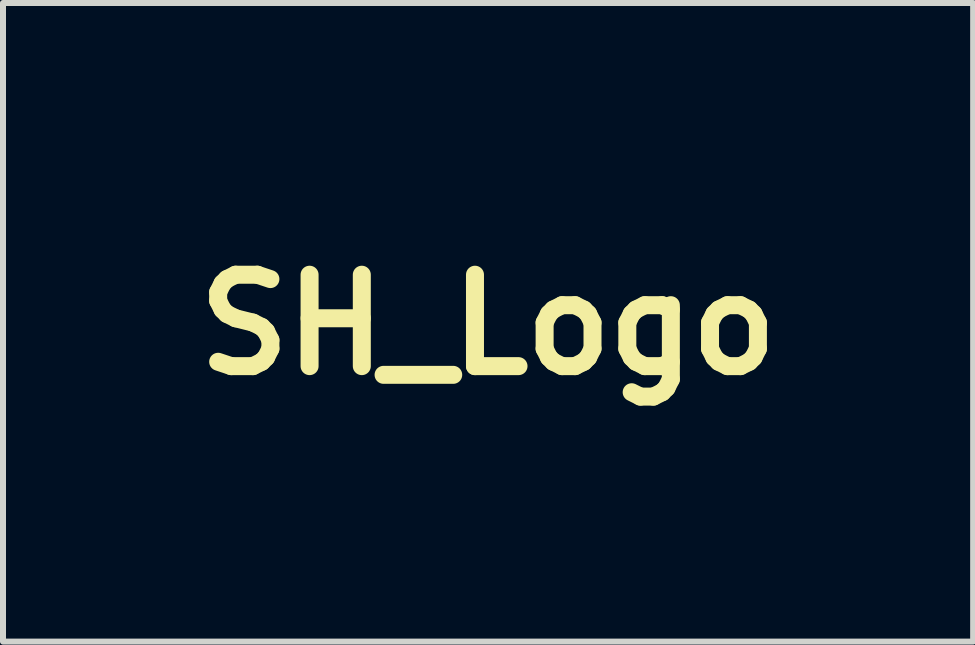
<source format=kicad_pcb>
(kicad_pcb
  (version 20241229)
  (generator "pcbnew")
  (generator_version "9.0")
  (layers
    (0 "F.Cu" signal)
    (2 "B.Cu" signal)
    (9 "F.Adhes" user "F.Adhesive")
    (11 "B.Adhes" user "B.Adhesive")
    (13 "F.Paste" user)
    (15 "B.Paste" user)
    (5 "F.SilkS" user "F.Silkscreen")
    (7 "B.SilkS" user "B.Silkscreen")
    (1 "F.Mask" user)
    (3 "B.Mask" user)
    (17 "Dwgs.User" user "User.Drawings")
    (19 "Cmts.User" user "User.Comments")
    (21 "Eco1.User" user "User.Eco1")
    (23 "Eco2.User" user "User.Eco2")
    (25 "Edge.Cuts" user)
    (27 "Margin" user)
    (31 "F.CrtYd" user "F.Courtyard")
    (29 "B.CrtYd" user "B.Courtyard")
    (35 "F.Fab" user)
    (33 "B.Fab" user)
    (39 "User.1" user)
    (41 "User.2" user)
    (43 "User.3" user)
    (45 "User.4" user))
  (footprint "SH_Logo"
    (layer "F.Cu")
    (at 5.087 2.365)
    (property "Reference" "SH_Logo" (at 0 0 0) (layer "F.SilkS") (effects (font (size 1.524 1.524) (thickness 0.3))))
    (attr through_hole)
    (fp_poly (pts (xy -0.734 -2.294) (xy -0.682 -2.265) (xy -0.641 -2.242) (xy -0.609 -2.222) (xy -0.584 -2.204) (xy -0.563 -2.187) (xy -0.544 -2.169) (xy -0.533 -2.158) (xy -0.518 -2.14) (xy -0.501 -2.117) (xy -0.486 -2.094) (xy -0.475 -2.074) (xy -0.47 -2.061) (xy -0.471 -2.059) (xy -0.479 -2.06) (xy -0.499 -2.064) (xy -0.527 -2.071) (xy -0.548 -2.076) (xy -0.642 -2.097) (xy -0.746 -2.114) (xy -0.857 -2.129) (xy -0.934 -2.136) (xy -0.994 -2.139) (xy -1.066 -2.141) (xy -1.147 -2.142) (xy -1.233 -2.141) (xy -1.319 -2.139) (xy -1.404 -2.135) (xy -1.482 -2.131) (xy -1.551 -2.125) (xy -1.564 -2.123) (xy -1.814 -2.09) (xy -2.073 -2.044) (xy -2.341 -1.984) (xy -2.616 -1.911) (xy -2.899 -1.826) (xy -2.95 -1.809) (xy -3.018 -1.786) (xy -3.087 -1.763) (xy -3.158 -1.738) (xy -3.227 -1.714) (xy -3.293 -1.69) (xy -3.355 -1.667) (xy -3.411 -1.646) (xy -3.46 -1.627) (xy -3.5 -1.612) (xy -3.528 -1.599) (xy -3.545 -1.591) (xy -3.548 -1.588) (xy -3.545 -1.586) (xy -3.536 -1.582) (xy -3.52 -1.576) (xy -3.497 -1.567) (xy -3.465 -1.556) (xy -3.425 -1.543) (xy -3.374 -1.526) (xy -3.313 -1.506) (xy -3.241 -1.483) (xy -3.156 -1.456) (xy -3.059 -1.424) (xy -2.948 -1.389) (xy -2.824 -1.349) (xy -2.786 -1.337) (xy -2.631 -1.288) (xy -2.489 -1.242) (xy -2.36 -1.2) (xy -2.243 -1.161) (xy -2.135 -1.125) (xy -2.036 -1.092) (xy -1.945 -1.06) (xy -1.86 -1.03) (xy -1.779 -1.001) (xy -1.702 -0.972) (xy -1.627 -0.944) (xy -1.554 -0.915) (xy -1.506 -0.896) (xy -1.283 -0.802) (xy -1.075 -0.707) (xy -0.882 -0.61) (xy -0.701 -0.51) (xy -0.533 -0.407) (xy -0.377 -0.3) (xy -0.232 -0.189) (xy -0.096 -0.073) (xy 0.03 0.048) (xy 0.077 0.097) (xy 0.107 0.129) (xy 0.135 0.16) (xy 0.159 0.187) (xy 0.175 0.206) (xy 0.176 0.207) (xy 0.202 0.24) (xy 0.266 0.236) (xy 0.298 0.232) (xy 0.34 0.225) (xy 0.387 0.216) (xy 0.434 0.205) (xy 0.44 0.203) (xy 0.5 0.189) (xy 0.557 0.177) (xy 0.609 0.168) (xy 0.654 0.163) (xy 0.688 0.162) (xy 0.705 0.164) (xy 0.724 0.169) (xy 0.719 0.09) (xy 0.711 -0.017) (xy 0.7 -0.119) (xy 0.686 -0.222) (xy 0.669 -0.327) (xy 0.648 -0.439) (xy 0.623 -0.561) (xy 0.611 -0.611) (xy 0.588 -0.716) (xy 0.567 -0.807) (xy 0.55 -0.885) (xy 0.536 -0.952) (xy 0.524 -1.009) (xy 0.515 -1.057) (xy 0.507 -1.098) (xy 0.503 -1.118) (xy 0.497 -1.156) (xy 0.494 -1.182) (xy 0.497 -1.199) (xy 0.508 -1.21) (xy 0.53 -1.218) (xy 0.564 -1.228) (xy 0.575 -1.231) (xy 0.65 -1.245) (xy 0.72 -1.244) (xy 0.784 -1.23) (xy 0.841 -1.202) (xy 0.873 -1.178) (xy 0.907 -1.143) (xy 0.937 -1.103) (xy 0.965 -1.055) (xy 0.99 -0.999) (xy 1.012 -0.935) (xy 1.033 -0.86) (xy 1.051 -0.774) (xy 1.068 -0.677) (xy 1.084 -0.567) (xy 1.098 -0.443) (xy 1.112 -0.304) (xy 1.115 -0.266) (xy 1.121 -0.203) (xy 1.126 -0.142) (xy 1.132 -0.087) (xy 1.136 -0.039) (xy 1.14 -0.001) (xy 1.143 0.024) (xy 1.143 0.028) (xy 1.147 0.058) (xy 1.15 0.083) (xy 1.151 0.098) (xy 1.152 0.104) (xy 1.155 0.108) (xy 1.165 0.11) (xy 1.181 0.111) (xy 1.208 0.111) (xy 1.246 0.11) (xy 1.284 0.109) (xy 1.411 0.1) (xy 1.536 0.084) (xy 1.544 0.083) (xy 1.629 0.071) (xy 1.715 0.063) (xy 1.807 0.059) (xy 1.814 0.059) (xy 1.957 0.055) (xy 1.956 -0.014) (xy 1.955 -0.04) (xy 1.953 -0.066) (xy 1.949 -0.093) (xy 1.943 -0.125) (xy 1.934 -0.162) (xy 1.922 -0.207) (xy 1.907 -0.261) (xy 1.888 -0.326) (xy 1.864 -0.403) (xy 1.853 -0.437) (xy 1.819 -0.551) (xy 1.79 -0.651) (xy 1.767 -0.739) (xy 1.749 -0.815) (xy 1.736 -0.88) (xy 1.73 -0.92) (xy 1.725 -0.998) (xy 1.729 -1.063) (xy 1.743 -1.117) (xy 1.768 -1.159) (xy 1.802 -1.188) (xy 1.846 -1.205) (xy 1.847 -1.205) (xy 1.896 -1.209) (xy 1.941 -1.2) (xy 1.985 -1.176) (xy 2.027 -1.138) (xy 2.069 -1.085) (xy 2.11 -1.017) (xy 2.136 -0.965) (xy 2.167 -0.896) (xy 2.196 -0.817) (xy 2.225 -0.728) (xy 2.254 -0.628) (xy 2.282 -0.515) (xy 2.311 -0.389) (xy 2.329 -0.305) (xy 2.341 -0.25) (xy 2.352 -0.197) (xy 2.362 -0.148) (xy 2.371 -0.107) (xy 2.377 -0.078) (xy 2.378 -0.072) (xy 2.391 -0.013) (xy 2.532 -0.019) (xy 2.612 -0.023) (xy 2.692 -0.028) (xy 2.773 -0.035) (xy 2.856 -0.045) (xy 2.944 -0.057) (xy 3.038 -0.072) (xy 3.141 -0.09) (xy 3.254 -0.111) (xy 3.378 -0.136) (xy 3.493 -0.16) (xy 3.625 -0.187) (xy 3.743 -0.21) (xy 3.848 -0.23) (xy 3.937 -0.245) (xy 4.012 -0.257) (xy 4.072 -0.264) (xy 4.099 -0.267) (xy 4.165 -0.272) (xy 4.17 -0.245) (xy 4.17 -0.212) (xy 4.161 -0.168) (xy 4.142 -0.114) (xy 4.135 -0.095) (xy 4.124 -0.072) (xy 4.117 -0.055) (xy 4.114 -0.049) (xy 4.106 -0.047) (xy 4.083 -0.043) (xy 4.047 -0.037) (xy 3.999 -0.03) (xy 3.941 -0.022) (xy 3.873 -0.013) (xy 3.797 -0.003) (xy 3.715 0.008) (xy 3.627 0.019) (xy 3.535 0.031) (xy 3.44 0.043) (xy 3.344 0.055) (xy 3.247 0.067) (xy 3.152 0.079) (xy 3.059 0.091) (xy 2.97 0.101) (xy 2.886 0.111) (xy 2.808 0.12) (xy 2.737 0.128) (xy 2.711 0.131) (xy 2.648 0.138) (xy 2.591 0.145) (xy 2.54 0.15) (xy 2.499 0.155) (xy 2.469 0.159) (xy 2.451 0.161) (xy 2.447 0.162) (xy 2.448 0.17) (xy 2.454 0.191) (xy 2.464 0.221) (xy 2.476 0.26) (xy 2.491 0.305) (xy 2.492 0.306) (xy 2.511 0.367) (xy 2.53 0.428) (xy 2.549 0.492) (xy 2.567 0.56) (xy 2.587 0.635) (xy 2.607 0.719) (xy 2.63 0.813) (xy 2.654 0.919) (xy 2.675 1.012) (xy 2.696 1.104) (xy 2.713 1.182) (xy 2.729 1.249) (xy 2.742 1.307) (xy 2.755 1.357) (xy 2.766 1.402) (xy 2.777 1.445) (xy 2.788 1.486) (xy 2.799 1.528) (xy 2.811 1.568) (xy 2.831 1.634) (xy 2.849 1.689) (xy 2.866 1.736) (xy 2.885 1.779) (xy 2.907 1.821) (xy 2.925 1.853) (xy 2.959 1.914) (xy 2.985 1.963) (xy 3.005 2.005) (xy 3.019 2.041) (xy 3.029 2.073) (xy 3.029 2.074) (xy 3.037 2.117) (xy 3.038 2.16) (xy 3.033 2.201) (xy 3.024 2.235) (xy 3.009 2.26) (xy 2.995 2.271) (xy 2.963 2.277) (xy 2.923 2.276) (xy 2.88 2.268) (xy 2.87 2.265) (xy 2.834 2.247) (xy 2.796 2.217) (xy 2.761 2.178) (xy 2.73 2.133) (xy 2.725 2.123) (xy 2.712 2.097) (xy 2.696 2.061) (xy 2.678 2.019) (xy 2.661 1.977) (xy 2.661 1.976) (xy 2.643 1.934) (xy 2.622 1.882) (xy 2.599 1.826) (xy 2.576 1.771) (xy 2.566 1.746) (xy 2.525 1.648) (xy 2.481 1.536) (xy 2.434 1.409) (xy 2.382 1.267) (xy 2.326 1.111) (xy 2.293 1.018) (xy 2.25 0.893) (xy 2.211 0.782) (xy 2.177 0.684) (xy 2.147 0.598) (xy 2.12 0.524) (xy 2.098 0.46) (xy 2.078 0.406) (xy 2.062 0.36) (xy 2.048 0.322) (xy 2.045 0.314) (xy 2.01 0.218) (xy 1.971 0.22) (xy 1.952 0.221) (xy 1.92 0.224) (xy 1.876 0.228) (xy 1.823 0.234) (xy 1.762 0.24) (xy 1.697 0.248) (xy 1.629 0.255) (xy 1.561 0.263) (xy 1.495 0.271) (xy 1.432 0.278) (xy 1.375 0.285) (xy 1.326 0.291) (xy 1.288 0.297) (xy 1.272 0.299) (xy 1.183 0.312) (xy 1.183 0.357) (xy 1.184 0.38) (xy 1.188 0.415) (xy 1.194 0.458) (xy 1.201 0.506) (xy 1.207 0.545) (xy 1.219 0.618) (xy 1.227 0.682) (xy 1.232 0.742) (xy 1.234 0.8) (xy 1.235 0.848) (xy 1.237 0.882) (xy 1.24 0.905) (xy 1.244 0.919) (xy 1.248 0.926) (xy 1.259 0.935) (xy 1.28 0.95) (xy 1.309 0.971) (xy 1.342 0.994) (xy 1.35 0.999) (xy 1.398 1.033) (xy 1.434 1.063) (xy 1.459 1.091) (xy 1.476 1.121) (xy 1.488 1.154) (xy 1.492 1.175) (xy 1.497 1.233) (xy 1.488 1.282) (xy 1.466 1.323) (xy 1.457 1.334) (xy 1.425 1.361) (xy 1.392 1.381) (xy 1.354 1.393) (xy 1.307 1.399) (xy 1.254 1.401) (xy 1.207 1.4) (xy 1.163 1.396) (xy 1.12 1.389) (xy 1.074 1.379) (xy 1.019 1.364) (xy 0.96 1.345) (xy 0.874 1.317) (xy 0.862 1.264) (xy 0.845 1.181) (xy 0.828 1.087) (xy 0.811 0.986) (xy 0.796 0.881) (xy 0.782 0.777) (xy 0.782 0.774) (xy 0.778 0.739) (xy 0.774 0.697) (xy 0.769 0.648) (xy 0.764 0.598) (xy 0.759 0.547) (xy 0.754 0.5) (xy 0.751 0.458) (xy 0.748 0.426) (xy 0.746 0.405) (xy 0.746 0.4) (xy 0.74 0.396) (xy 0.723 0.397) (xy 0.691 0.403) (xy 0.677 0.406) (xy 0.654 0.411) (xy 0.62 0.419) (xy 0.58 0.429) (xy 0.536 0.441) (xy 0.491 0.453) (xy 0.447 0.464) (xy 0.406 0.475) (xy 0.373 0.484) (xy 0.349 0.491) (xy 0.336 0.495) (xy 0.336 0.495) (xy 0.337 0.503) (xy 0.344 0.522) (xy 0.355 0.547) (xy 0.358 0.556) (xy 0.39 0.651) (xy 0.408 0.753) (xy 0.412 0.86) (xy 0.403 0.971) (xy 0.38 1.084) (xy 0.36 1.151) (xy 0.31 1.279) (xy 0.245 1.402) (xy 0.168 1.519) (xy 0.079 1.628) (xy -0.019 1.727) (xy -0.125 1.814) (xy -0.168 1.844) (xy -0.308 1.928) (xy -0.456 1.998) (xy -0.613 2.054) (xy -0.778 2.098) (xy -0.952 2.128) (xy -1.134 2.146) (xy -1.324 2.149) (xy -1.522 2.14) (xy -1.729 2.117) (xy -1.742 2.115) (xy -1.914 2.086) (xy -2.072 2.051) (xy -2.214 2.01) (xy -2.342 1.963) (xy -2.411 1.932) (xy -2.489 1.893) (xy -2.554 1.856) (xy -2.61 1.818) (xy -2.661 1.777) (xy -2.684 1.756) (xy -2.73 1.709) (xy -2.763 1.664) (xy -2.786 1.618) (xy -2.798 1.581) (xy -2.803 1.562) (xy -2.372 1.562) (xy -2.365 1.598) (xy -2.349 1.631) (xy -2.323 1.665) (xy -2.293 1.694) (xy -2.241 1.736) (xy -2.176 1.775) (xy -2.098 1.813) (xy -2.01 1.849) (xy -1.915 1.88) (xy -1.813 1.908) (xy -1.707 1.931) (xy -1.599 1.949) (xy -1.507 1.96) (xy -1.448 1.964) (xy -1.398 1.967) (xy -1.353 1.967) (xy -1.308 1.964) (xy -1.261 1.96) (xy -1.128 1.94) (xy -0.996 1.908) (xy -0.868 1.865) (xy -0.744 1.812) (xy -0.625 1.749) (xy -0.513 1.678) (xy -0.408 1.599) (xy -0.314 1.513) (xy -0.229 1.422) (xy -0.157 1.325) (xy -0.097 1.224) (xy -0.052 1.121) (xy -0.048 1.108) (xy -0.027 1.042) (xy -0.015 0.98) (xy -0.008 0.916) (xy -0.007 0.856) (xy -0.015 0.75) (xy -0.038 0.646) (xy -0.064 0.577) (xy -0.078 0.542) (xy -0.089 0.52) (xy -0.097 0.508) (xy -0.104 0.504) (xy -0.114 0.506) (xy -0.124 0.511) (xy -0.142 0.518) (xy -0.17 0.527) (xy -0.204 0.536) (xy -0.218 0.539) (xy -0.368 0.574) (xy -0.503 0.606) (xy -0.625 0.635) (xy -0.734 0.662) (xy -0.833 0.686) (xy -0.922 0.708) (xy -1.002 0.729) (xy -1.074 0.748) (xy -1.139 0.767) (xy -1.199 0.784) (xy -1.255 0.802) (xy -1.308 0.819) (xy -1.358 0.836) (xy -1.407 0.855) (xy -1.457 0.874) (xy -1.507 0.894) (xy -1.56 0.916) (xy -1.617 0.94) (xy -1.622 0.942) (xy -1.756 1.001) (xy -1.875 1.057) (xy -1.979 1.111) (xy -2.07 1.164) (xy -2.148 1.215) (xy -2.213 1.264) (xy -2.262 1.31) (xy -2.308 1.36) (xy -2.34 1.408) (xy -2.361 1.455) (xy -2.371 1.505) (xy -2.372 1.518) (xy -2.372 1.562) (xy -2.803 1.562) (xy -2.805 1.553) (xy -2.807 1.531) (xy -2.806 1.509) (xy -2.8 1.478) (xy -2.799 1.47) (xy -2.78 1.406) (xy -2.751 1.337) (xy -2.712 1.265) (xy -2.665 1.194) (xy -2.613 1.128) (xy -2.604 1.117) (xy -2.552 1.066) (xy -2.487 1.013) (xy -2.41 0.96) (xy -2.322 0.907) (xy -2.226 0.856) (xy -2.123 0.807) (xy -2.054 0.778) (xy -1.987 0.751) (xy -1.917 0.725) (xy -1.844 0.7) (xy -1.766 0.675) (xy -1.683 0.651) (xy -1.592 0.626) (xy -1.494 0.601) (xy -1.386 0.575) (xy -1.267 0.547) (xy -1.136 0.518) (xy -0.993 0.488) (xy -0.835 0.455) (xy -0.802 0.448) (xy -0.693 0.426) (xy -0.592 0.405) (xy -0.5 0.385) (xy -0.418 0.367) (xy -0.347 0.352) (xy -0.289 0.338) (xy -0.245 0.327) (xy -0.236 0.325) (xy -0.206 0.317) (xy -0.232 0.283) (xy -0.254 0.256) (xy -0.287 0.221) (xy -0.326 0.18) (xy -0.37 0.135) (xy -0.417 0.089) (xy -0.463 0.044) (xy -0.508 0.002) (xy -0.547 -0.034) (xy -0.572 -0.055) (xy -0.756 -0.2) (xy -0.954 -0.336) (xy -1.165 -0.464) (xy -1.389 -0.583) (xy -1.625 -0.693) (xy -1.874 -0.794) (xy -2.092 -0.872) (xy -2.155 -0.893) (xy -2.216 -0.912) (xy -2.276 -0.931) (xy -2.338 -0.949) (xy -2.403 -0.967) (xy -2.474 -0.986) (xy -2.554 -1.007) (xy -2.644 -1.03) (xy -2.747 -1.055) (xy -2.77 -1.061) (xy -2.879 -1.088) (xy -2.975 -1.112) (xy -3.06 -1.134) (xy -3.136 -1.154) (xy -3.207 -1.173) (xy -3.273 -1.192) (xy -3.337 -1.212) (xy -3.402 -1.232) (xy -3.471 -1.254) (xy -3.482 -1.257) (xy -3.536 -1.275) (xy -3.592 -1.292) (xy -3.645 -1.309) (xy -3.692 -1.323) (xy -3.727 -1.333) (xy -3.824 -1.362) (xy -3.907 -1.389) (xy -3.976 -1.415) (xy -4.032 -1.441) (xy -4.078 -1.467) (xy -4.113 -1.494) (xy -4.139 -1.522) (xy -4.157 -1.552) (xy -4.168 -1.585) (xy -4.168 -1.586) (xy -4.171 -1.626) (xy -4.16 -1.66) (xy -4.14 -1.686) (xy -4.11 -1.71) (xy -4.066 -1.736) (xy -4.01 -1.764) (xy -3.943 -1.794) (xy -3.866 -1.824) (xy -3.782 -1.853) (xy -3.692 -1.882) (xy -3.686 -1.884) (xy -3.628 -1.901) (xy -3.557 -1.921) (xy -3.475 -1.944) (xy -3.385 -1.969) (xy -3.287 -1.995) (xy -3.185 -2.022) (xy -3.081 -2.049) (xy -2.977 -2.076) (xy -2.876 -2.102) (xy -2.779 -2.127) (xy -2.688 -2.149) (xy -2.606 -2.169) (xy -2.536 -2.186) (xy -2.484 -2.198) (xy -2.264 -2.244) (xy -2.053 -2.281) (xy -1.85 -2.311) (xy -1.65 -2.333) (xy -1.451 -2.349) (xy -1.25 -2.357) (xy -1.087 -2.359) (xy -0.853 -2.36) (xy -0.734 -2.294)) (stroke (width 0.01) (type solid)) (fill yes) (layer "F.Mask")))
  (gr_rect
    (start -3 -3)
    (end 13.175 7.647)
    (stroke (width 0.1) (type default))
    (fill no)
    (layer "Edge.Cuts")))
</source>
